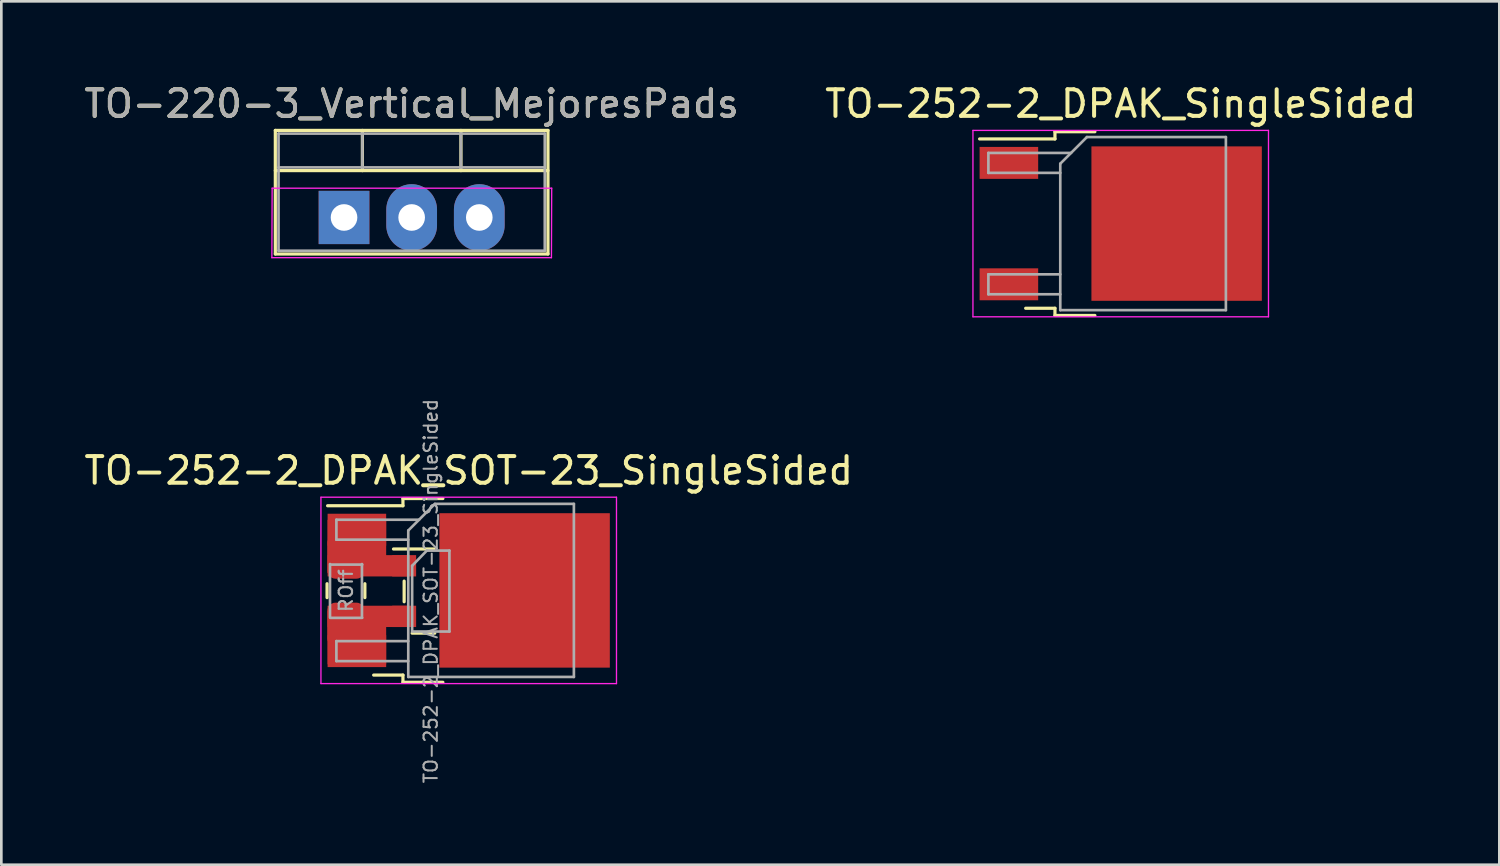
<source format=kicad_pcb>
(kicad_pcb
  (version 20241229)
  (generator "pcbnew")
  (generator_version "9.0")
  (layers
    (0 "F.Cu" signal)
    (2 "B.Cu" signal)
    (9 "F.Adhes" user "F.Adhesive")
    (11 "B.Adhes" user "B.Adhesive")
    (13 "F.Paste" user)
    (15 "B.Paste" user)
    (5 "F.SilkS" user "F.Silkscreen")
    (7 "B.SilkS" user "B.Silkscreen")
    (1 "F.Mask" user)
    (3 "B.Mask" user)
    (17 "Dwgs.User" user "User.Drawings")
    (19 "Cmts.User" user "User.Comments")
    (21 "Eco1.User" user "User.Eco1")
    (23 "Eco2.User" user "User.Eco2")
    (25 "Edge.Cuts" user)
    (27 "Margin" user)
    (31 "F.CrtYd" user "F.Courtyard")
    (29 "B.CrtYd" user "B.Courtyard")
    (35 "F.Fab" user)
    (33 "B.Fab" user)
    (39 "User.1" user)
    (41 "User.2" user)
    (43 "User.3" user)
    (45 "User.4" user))
  (footprint "TO-252-2_DPAK_SingleSided"
    (layer "F.Cu")
    (at 39.042 5.348)
    (property "Reference" "TO-252-2_DPAK_SingleSided" (at 0 -4.5 0) (layer "F.SilkS") (effects (font (size 1 1) (thickness 0.15))))
    (attr smd)
    (fp_line (start -2.47 -3.45) (end -2.47 -3.18) (stroke (width 0.12) (type solid)) (layer "F.SilkS"))
    (fp_line (start -2.47 -3.18) (end -5.3 -3.18) (stroke (width 0.12) (type solid)) (layer "F.SilkS"))
    (fp_line (start -2.47 3.18) (end -3.57 3.18) (stroke (width 0.12) (type solid)) (layer "F.SilkS"))
    (fp_line (start -2.47 3.45) (end -2.47 3.18) (stroke (width 0.12) (type solid)) (layer "F.SilkS"))
    (fp_line (start -0.97 -3.45) (end -2.47 -3.45) (stroke (width 0.12) (type solid)) (layer "F.SilkS"))
    (fp_line (start -0.97 3.45) (end -2.47 3.45) (stroke (width 0.12) (type solid)) (layer "F.SilkS"))
    (fp_line (start -5.55 -3.5) (end -5.55 3.5) (stroke (width 0.05) (type solid)) (layer "F.CrtYd"))
    (fp_line (start -5.55 3.5) (end 5.55 3.5) (stroke (width 0.05) (type solid)) (layer "F.CrtYd"))
    (fp_line (start 5.55 -3.5) (end -5.55 -3.5) (stroke (width 0.05) (type solid)) (layer "F.CrtYd"))
    (fp_line (start 5.55 3.5) (end 5.55 -3.5) (stroke (width 0.05) (type solid)) (layer "F.CrtYd"))
    (fp_line (start -4.97 -2.655) (end -4.97 -1.905) (stroke (width 0.1) (type solid)) (layer "F.Fab"))
    (fp_line (start -4.97 -1.905) (end -2.27 -1.905) (stroke (width 0.1) (type solid)) (layer "F.Fab"))
    (fp_line (start -4.97 1.905) (end -4.97 2.655) (stroke (width 0.1) (type solid)) (layer "F.Fab"))
    (fp_line (start -4.97 2.655) (end -2.27 2.655) (stroke (width 0.1) (type solid)) (layer "F.Fab"))
    (fp_line (start -2.27 -2.25) (end -1.27 -3.25) (stroke (width 0.1) (type solid)) (layer "F.Fab"))
    (fp_line (start -2.27 1.905) (end -4.97 1.905) (stroke (width 0.1) (type solid)) (layer "F.Fab"))
    (fp_line (start -2.27 3.25) (end -2.27 -2.25) (stroke (width 0.1) (type solid)) (layer "F.Fab"))
    (fp_line (start -1.865 -2.655) (end -4.97 -2.655) (stroke (width 0.1) (type solid)) (layer "F.Fab"))
    (fp_line (start -1.27 -3.25) (end 3.95 -3.25) (stroke (width 0.1) (type solid)) (layer "F.Fab"))
    (fp_line (start 3.95 -3.25) (end 3.95 3.25) (stroke (width 0.1) (type solid)) (layer "F.Fab"))
    (fp_line (start 3.95 3.25) (end -2.27 3.25) (stroke (width 0.1) (type solid)) (layer "F.Fab"))
    (pad "" smd rect (at 0.425 -1.525) (size 3.05 2.75) (layers "F.Paste"))
    (pad "" smd rect (at 0.425 1.525) (size 3.05 2.75) (layers "F.Paste"))
    (pad "" smd rect (at 3.775 -1.525) (size 3.05 2.75) (layers "F.Paste"))
    (pad "" smd rect (at 3.775 1.525) (size 3.05 2.75) (layers "F.Paste"))
    (pad "1" smd rect (at -4.2 -2.28) (size 2.2 1.2) (layers "F.Cu" "F.Mask" "F.Paste"))
    (pad "2" smd rect (at 2.1 0) (size 6.4 5.8) (layers "F.Cu" "F.Mask"))
    (pad "3" smd rect (at -4.2 2.28) (size 2.2 1.2) (layers "F.Cu" "F.Mask" "F.Paste")))
  (footprint "TO-252-2_DPAK_SOT-23_SingleSided"
    (layer "F.Cu")
    (at 14.554 19.125)
    (property "Reference" "TO-252-2_DPAK_SOT-23_SingleSided" (at 0 -4.5 0) (layer "F.SilkS") (effects (font (size 1 1) (thickness 0.15))))
    (attr smd)
    (fp_line (start -5.32 -0.251) (end -5.32 0.271) (stroke (width 0.12) (type solid)) (layer "F.SilkS"))
    (fp_line (start -3.9 -0.251) (end -3.9 0.271) (stroke (width 0.12) (type solid)) (layer "F.SilkS"))
    (fp_line (start -2.47 -3.45) (end -2.47 -3.18) (stroke (width 0.12) (type solid)) (layer "F.SilkS"))
    (fp_line (start -2.47 -3.18) (end -5.3 -3.18) (stroke (width 0.12) (type solid)) (layer "F.SilkS"))
    (fp_line (start -2.47 3.18) (end -3.57 3.18) (stroke (width 0.12) (type solid)) (layer "F.SilkS"))
    (fp_line (start -2.47 3.45) (end -2.47 3.18) (stroke (width 0.12) (type solid)) (layer "F.SilkS"))
    (fp_line (start -2.425 -0.35) (end -2.425 0.425) (stroke (width 0.12) (type solid)) (layer "F.SilkS"))
    (fp_line (start -1.3 -1.555) (end -2.825 -1.555) (stroke (width 0.12) (type solid)) (layer "F.SilkS"))
    (fp_line (start -1.275 1.605) (end -2.125 1.605) (stroke (width 0.12) (type solid)) (layer "F.SilkS"))
    (fp_line (start -0.97 -3.45) (end -2.47 -3.45) (stroke (width 0.12) (type solid)) (layer "F.SilkS"))
    (fp_line (start -0.97 3.45) (end -2.47 3.45) (stroke (width 0.12) (type solid)) (layer "F.SilkS"))
    (fp_line (start -5.55 -3.5) (end -5.55 3.5) (stroke (width 0.05) (type solid)) (layer "F.CrtYd"))
    (fp_line (start -5.55 3.5) (end 5.55 3.5) (stroke (width 0.05) (type solid)) (layer "F.CrtYd"))
    (fp_line (start 5.55 -3.5) (end -5.55 -3.5) (stroke (width 0.05) (type solid)) (layer "F.CrtYd"))
    (fp_line (start 5.55 3.5) (end 5.55 -3.5) (stroke (width 0.05) (type solid)) (layer "F.CrtYd"))
    (fp_line (start -5.21 1.01) (end -5.21 -0.99) (stroke (width 0.1) (type solid)) (layer "F.Fab"))
    (fp_line (start -5.2 -0.97) (end -4 -0.97) (stroke (width 0.1) (type solid)) (layer "F.Fab"))
    (fp_line (start -4.97 -2.655) (end -4.97 -1.905) (stroke (width 0.1) (type solid)) (layer "F.Fab"))
    (fp_line (start -4.97 -1.905) (end -2.27 -1.905) (stroke (width 0.1) (type solid)) (layer "F.Fab"))
    (fp_line (start -4.97 1.905) (end -4.97 2.655) (stroke (width 0.1) (type solid)) (layer "F.Fab"))
    (fp_line (start -4.97 2.655) (end -2.27 2.655) (stroke (width 0.1) (type solid)) (layer "F.Fab"))
    (fp_line (start -4.01 -0.99) (end -4.01 1.01) (stroke (width 0.1) (type solid)) (layer "F.Fab"))
    (fp_line (start -4 1.03) (end -5.2 1.03) (stroke (width 0.1) (type solid)) (layer "F.Fab"))
    (fp_line (start -2.27 -2.25) (end -1.27 -3.25) (stroke (width 0.1) (type solid)) (layer "F.Fab"))
    (fp_line (start -2.27 1.905) (end -4.97 1.905) (stroke (width 0.1) (type solid)) (layer "F.Fab"))
    (fp_line (start -2.27 3.25) (end -2.27 -2.25) (stroke (width 0.1) (type solid)) (layer "F.Fab"))
    (fp_line (start -2.125 -0.925) (end -2.125 1.525) (stroke (width 0.1) (type solid)) (layer "F.Fab"))
    (fp_line (start -2.125 -0.925) (end -1.575 -1.495) (stroke (width 0.1) (type solid)) (layer "F.Fab"))
    (fp_line (start -2.125 1.545) (end -0.725 1.545) (stroke (width 0.1) (type solid)) (layer "F.Fab"))
    (fp_line (start -1.865 -2.655) (end -4.97 -2.655) (stroke (width 0.1) (type solid)) (layer "F.Fab"))
    (fp_line (start -1.575 -1.495) (end -0.725 -1.495) (stroke (width 0.1) (type solid)) (layer "F.Fab"))
    (fp_line (start -1.27 -3.25) (end 3.95 -3.25) (stroke (width 0.1) (type solid)) (layer "F.Fab"))
    (fp_line (start -0.725 -1.495) (end -0.725 1.545) (stroke (width 0.1) (type solid)) (layer "F.Fab"))
    (fp_line (start 3.95 -3.25) (end 3.95 3.25) (stroke (width 0.1) (type solid)) (layer "F.Fab"))
    (fp_line (start 3.95 3.25) (end -2.27 3.25) (stroke (width 0.1) (type solid)) (layer "F.Fab"))
    (fp_text user "ROff" (at -4.61 0.01 270) (layer "F.Fab") (effects (font (size 0.5 0.5) (thickness 0.08))))
    (fp_text user "${REFERENCE}" (at -1.425 0.025 90) (layer "F.Fab") (effects (font (size 0.5 0.5) (thickness 0.075))))
    (pad "" smd rect (at 0.425 -1.525) (size 3.05 2.75) (layers "F.Paste"))
    (pad "" smd rect (at 0.425 1.525) (size 3.05 2.75) (layers "F.Paste"))
    (pad "" smd rect (at 3.775 -1.525) (size 3.05 2.75) (layers "F.Paste"))
    (pad "" smd rect (at 3.775 1.525) (size 3.05 2.75) (layers "F.Paste"))
    (pad "1" smd roundrect (at -4.61 -1.265 270) (size 1.65 1.4) (layers "F.Cu" "F.Mask" "F.Paste") (roundrect_rratio 0.217))
    (pad "1" smd rect (at -4.2 -2.28) (size 2.2 1.2) (layers "F.Cu" "F.Mask" "F.Paste"))
    (pad "1" smd rect (at -4.2 -1.65 180) (size 2.2 2) (layers "F.Cu"))
    (pad "1" smd rect (at -3.8 -0.925) (size 3 0.8) (layers "F.Cu"))
    (pad "1" smd rect (at -2.425 -0.925) (size 0.9 0.8) (layers "F.Cu" "F.Mask" "F.Paste"))
    (pad "2" smd rect (at -0.425 0.025) (size 0.9 0.8) (layers "F.Cu" "F.Mask" "F.Paste"))
    (pad "2" smd rect (at 2.1 0) (size 6.4 5.8) (layers "F.Cu" "F.Mask"))
    (pad "3" smd roundrect (at -4.61 1.285 270) (size 1.65 1.4) (layers "F.Cu" "F.Mask" "F.Paste") (roundrect_rratio 0.217))
    (pad "3" smd rect (at -4.2 1.775 180) (size 2.2 2) (layers "F.Cu"))
    (pad "3" smd rect (at -4.2 2.28) (size 2.2 1.2) (layers "F.Cu" "F.Mask" "F.Paste"))
    (pad "3" smd rect (at -3.8 0.975) (size 3 0.8) (layers "F.Cu"))
    (pad "3" smd rect (at -2.425 0.975) (size 0.9 0.8) (layers "F.Cu" "F.Mask" "F.Paste")))
  (footprint "TO-220-3_Vertical_MejoresPads"
    (layer "F.Cu")
    (at 9.871 5.118)
    (property "Reference" "TO-220-3_Vertical_MejoresPads" (at 2.54 -4.27 0) (layer "F.SilkS") (effects (font (size 1 1) (thickness 0.15))))
    (attr through_hole)
    (fp_line (start -2.58 -3.27) (end -2.58 1.371) (stroke (width 0.12) (type solid)) (layer "F.SilkS"))
    (fp_line (start -2.58 -3.27) (end 7.66 -3.27) (stroke (width 0.12) (type solid)) (layer "F.SilkS"))
    (fp_line (start -2.58 -1.76) (end 7.66 -1.76) (stroke (width 0.12) (type solid)) (layer "F.SilkS"))
    (fp_line (start -2.58 1.371) (end 7.66 1.371) (stroke (width 0.12) (type solid)) (layer "F.SilkS"))
    (fp_line (start 0.69 -3.27) (end 0.69 -1.76) (stroke (width 0.12) (type solid)) (layer "F.SilkS"))
    (fp_line (start 4.391 -3.27) (end 4.391 -1.76) (stroke (width 0.12) (type solid)) (layer "F.SilkS"))
    (fp_line (start 7.66 -3.27) (end 7.66 1.371) (stroke (width 0.12) (type solid)) (layer "F.SilkS"))
    (fp_line (start -2.71 1.51) (end 7.79 1.51) (stroke (width 0.05) (type solid)) (layer "F.CrtYd"))
    (fp_line (start -2.7 -1.1) (end -2.71 1.51) (stroke (width 0.05) (type solid)) (layer "F.CrtYd"))
    (fp_line (start 7.79 1.51) (end 7.8 -1.1) (stroke (width 0.05) (type solid)) (layer "F.CrtYd"))
    (fp_line (start 7.8 -1.1) (end -2.7 -1.1) (stroke (width 0.05) (type solid)) (layer "F.CrtYd"))
    (fp_line (start -2.46 -3.15) (end -2.46 1.25) (stroke (width 0.1) (type solid)) (layer "F.Fab"))
    (fp_line (start -2.46 -1.88) (end 7.54 -1.88) (stroke (width 0.1) (type solid)) (layer "F.Fab"))
    (fp_line (start -2.46 1.25) (end 7.54 1.25) (stroke (width 0.1) (type solid)) (layer "F.Fab"))
    (fp_line (start 0.69 -3.15) (end 0.69 -1.88) (stroke (width 0.1) (type solid)) (layer "F.Fab"))
    (fp_line (start 4.39 -3.15) (end 4.39 -1.88) (stroke (width 0.1) (type solid)) (layer "F.Fab"))
    (fp_line (start 7.54 -3.15) (end -2.46 -3.15) (stroke (width 0.1) (type solid)) (layer "F.Fab"))
    (fp_line (start 7.54 1.25) (end 7.54 -3.15) (stroke (width 0.1) (type solid)) (layer "F.Fab"))
    (fp_text user "${REFERENCE}" (at 2.54 -4.27 0) (layer "F.Fab") (effects (font (size 1 1) (thickness 0.15))))
    (pad "1" thru_hole rect (at 0 0) (size 1.905 2) (drill 1) (layers "*.Cu" "*.Mask"))
    (pad "2" thru_hole oval (at 2.54 0) (size 1.905 2.5) (drill 1) (layers "*.Cu" "*.Mask"))
    (pad "3" thru_hole oval (at 5.08 0) (size 1.905 2.5) (drill 1) (layers "*.Cu" "*.Mask")))
  (gr_rect
    (start -3 -3)
    (end 53.262 29.427)
    (stroke (width 0.1) (type default))
    (fill no)
    (layer "Edge.Cuts")))
</source>
